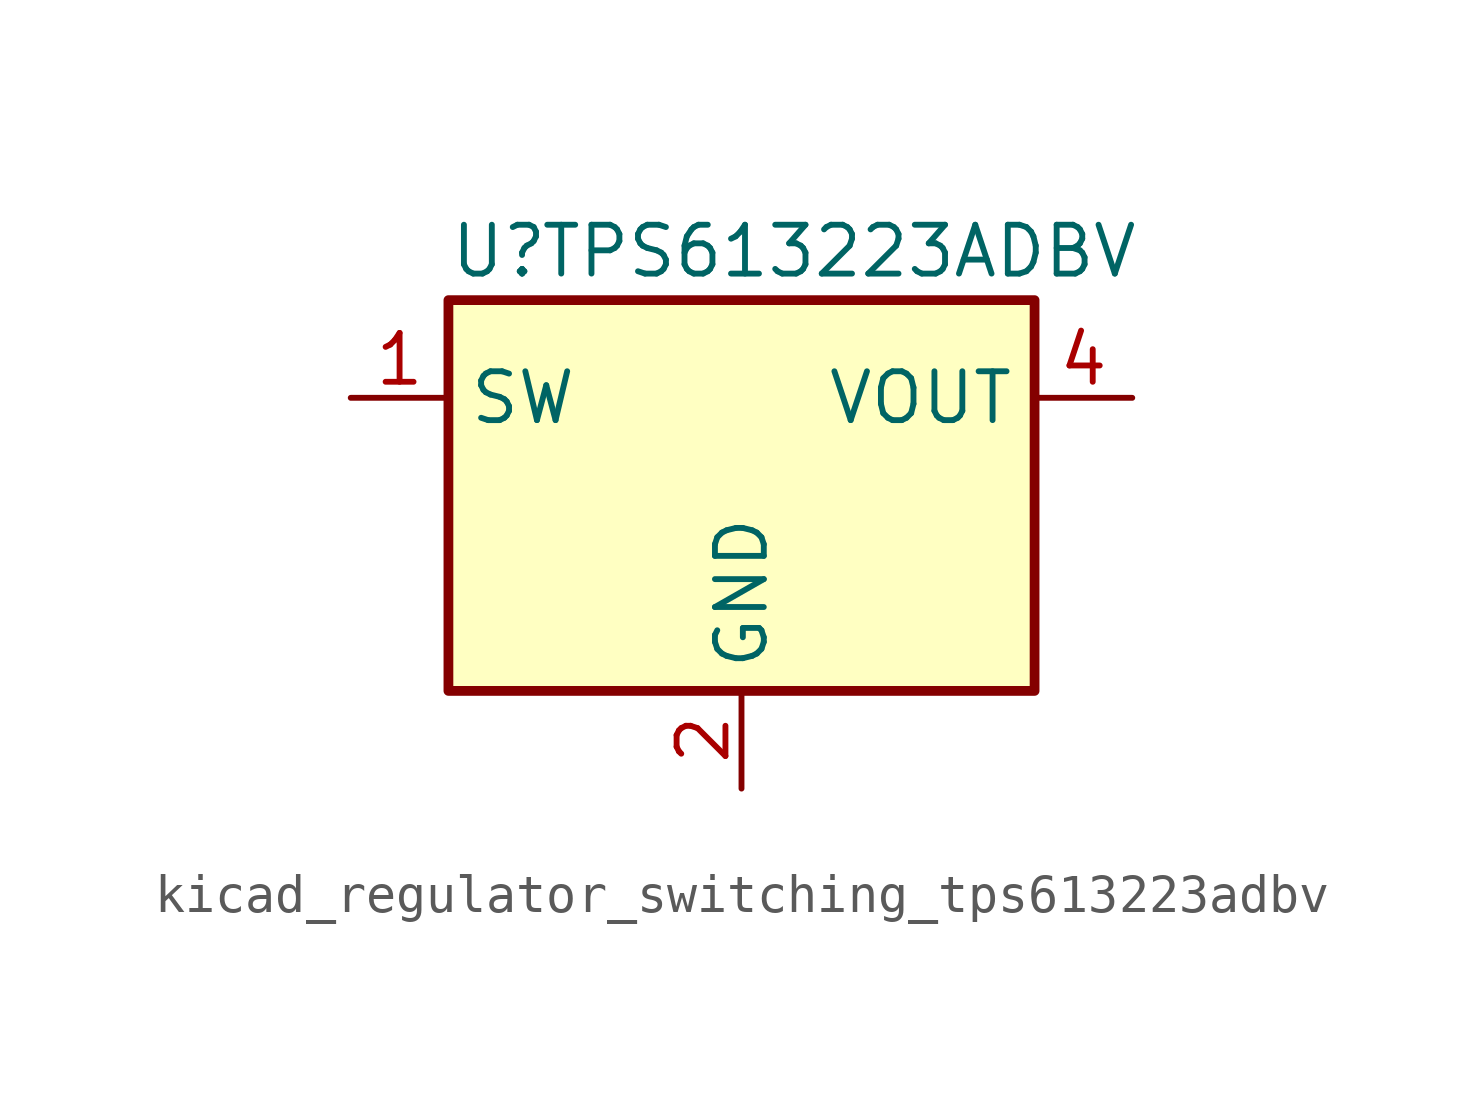
<source format=kicad_sym>
(kicad_symbol_lib
  (version 20220914)
  (generator kicad_symbol_editor)
  (symbol "kicad_regulator_switching_tps613223adbv"
    (property "Reference" "U"
      (at -7.62 6.35 0)
      (effects (font (size 1.27 1.27)) (justify left)))
    (property "Value" "TPS613223ADBV"
      (at 2.54 6.35 0)
      (effects (font (size 1.27 1.27))))
    (symbol "kicad_regulator_switching_tps613223adbv_0_1"
      (rectangle (start -7.62 5.08) (end 7.62 -5.08) (stroke (width 0.254) (type default)) (fill (type background))))
    (symbol "kicad_regulator_switching_tps613223adbv_1_1"
      (pin power_in line (at -10.16 2.54 0) (length 2.54) (name "SW" (effects (font (size 1.27 1.27)))) (number "1" (effects (font (size 1.27 1.27)))))
      (pin power_in line (at 0 -7.62 90) (length 2.54) (name "GND" (effects (font (size 1.27 1.27)))) (number "2" (effects (font (size 1.27 1.27)))))
      (pin no_connect line (at -7.62 -2.54 0) (length 2.54) hide (name "NC" (effects (font (size 1.27 1.27)))) (number "3" (effects (font (size 1.27 1.27)))))
      (pin power_out line (at 10.16 2.54 180) (length 2.54) (name "VOUT" (effects (font (size 1.27 1.27)))) (number "4" (effects (font (size 1.27 1.27)))))
      (pin no_connect line (at 7.62 -2.54 180) (length 2.54) hide (name "NC" (effects (font (size 1.27 1.27)))) (number "5" (effects (font (size 1.27 1.27))))))))
</source>
